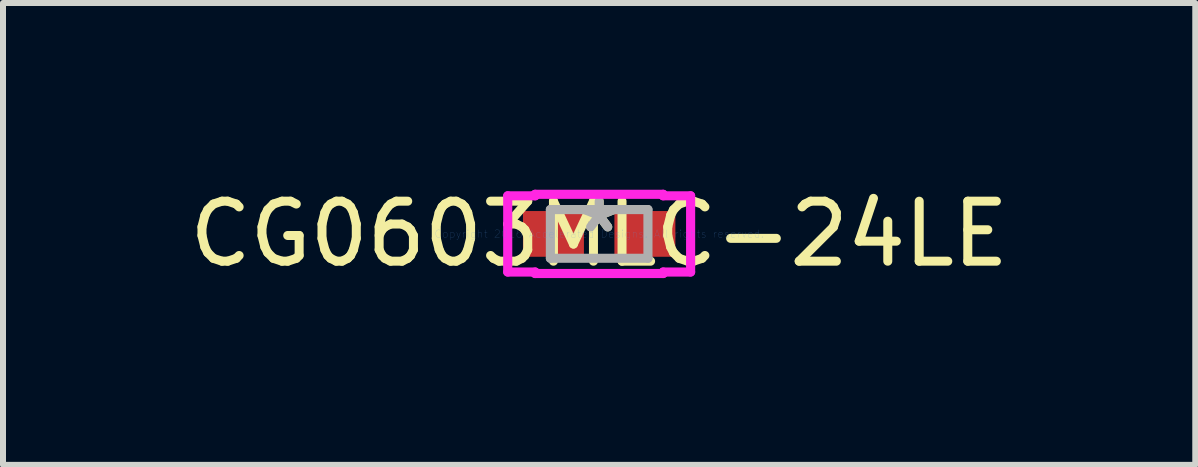
<source format=kicad_pcb>
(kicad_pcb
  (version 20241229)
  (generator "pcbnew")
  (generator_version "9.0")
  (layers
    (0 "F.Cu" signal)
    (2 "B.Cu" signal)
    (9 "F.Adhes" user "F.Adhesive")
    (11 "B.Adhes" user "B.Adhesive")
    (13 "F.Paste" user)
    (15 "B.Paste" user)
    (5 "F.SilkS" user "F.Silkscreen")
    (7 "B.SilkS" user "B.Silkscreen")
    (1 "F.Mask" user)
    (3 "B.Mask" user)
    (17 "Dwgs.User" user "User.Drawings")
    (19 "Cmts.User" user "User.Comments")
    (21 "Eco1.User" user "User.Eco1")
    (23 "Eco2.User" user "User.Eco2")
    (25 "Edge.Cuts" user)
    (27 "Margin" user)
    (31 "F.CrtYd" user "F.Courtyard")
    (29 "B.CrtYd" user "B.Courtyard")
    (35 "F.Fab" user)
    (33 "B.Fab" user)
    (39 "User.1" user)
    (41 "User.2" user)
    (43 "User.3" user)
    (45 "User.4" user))
  (footprint "CG0603MLC-24LE"
    (layer "F.Cu")
    (at 6.935 0.848)
    (property "Reference" "CG0603MLC-24LE" (at 0 0 0) (layer "F.SilkS") (effects (font (size 1 1) (thickness 0.15))))
    (attr through_hole)
    (fp_line (start -1.524 -0.635) (end -1.067 -0.635) (stroke (width 0.152) (type solid)) (layer "F.CrtYd"))
    (fp_line (start -1.524 0.635) (end -1.524 -0.635) (stroke (width 0.152) (type solid)) (layer "F.CrtYd"))
    (fp_line (start -1.067 -0.66) (end 1.067 -0.66) (stroke (width 0.152) (type solid)) (layer "F.CrtYd"))
    (fp_line (start -1.067 -0.635) (end -1.067 -0.66) (stroke (width 0.152) (type solid)) (layer "F.CrtYd"))
    (fp_line (start -1.067 0.635) (end -1.524 0.635) (stroke (width 0.152) (type solid)) (layer "F.CrtYd"))
    (fp_line (start -1.067 0.66) (end -1.067 0.635) (stroke (width 0.152) (type solid)) (layer "F.CrtYd"))
    (fp_line (start 1.067 -0.66) (end 1.067 -0.635) (stroke (width 0.152) (type solid)) (layer "F.CrtYd"))
    (fp_line (start 1.067 -0.635) (end 1.524 -0.635) (stroke (width 0.152) (type solid)) (layer "F.CrtYd"))
    (fp_line (start 1.067 0.635) (end 1.067 0.66) (stroke (width 0.152) (type solid)) (layer "F.CrtYd"))
    (fp_line (start 1.067 0.66) (end -1.067 0.66) (stroke (width 0.152) (type solid)) (layer "F.CrtYd"))
    (fp_line (start 1.524 -0.635) (end 1.524 0.635) (stroke (width 0.152) (type solid)) (layer "F.CrtYd"))
    (fp_line (start 1.524 0.635) (end 1.067 0.635) (stroke (width 0.152) (type solid)) (layer "F.CrtYd"))
    (fp_line (start -0.813 -0.406) (end -0.813 0.406) (stroke (width 0.152) (type solid)) (layer "F.Fab"))
    (fp_line (start -0.813 0.406) (end 0.813 0.406) (stroke (width 0.152) (type solid)) (layer "F.Fab"))
    (fp_line (start 0.813 -0.406) (end -0.813 -0.406) (stroke (width 0.152) (type solid)) (layer "F.Fab"))
    (fp_line (start 0.813 0.406) (end 0.813 -0.406) (stroke (width 0.152) (type solid)) (layer "F.Fab"))
    (fp_text user "*" (at 0 0 0) (layer "F.SilkS") (effects (font (size 1 1) (thickness 0.15))))
    (fp_text user "Copyright 2016 Accelerated Designs. All rights reserved." (at 0 0 0) (layer "Cmts.User") (effects (font (size 0.127 0.127) (thickness 0.002))))
    (fp_text user "*" (at 0 0 0) (layer "F.Fab") (effects (font (size 1 1) (thickness 0.15))))
    (pad "1" smd rect (at -0.762 0) (size 1.016 0.762) (layers "F.Cu" "F.Mask" "F.Paste"))
    (pad "2" smd rect (at 0.762 0) (size 1.016 0.762) (layers "F.Cu" "F.Mask" "F.Paste")))
  (gr_rect
    (start -3 -3)
    (end 16.869 4.697)
    (stroke (width 0.1) (type default))
    (fill no)
    (layer "Edge.Cuts")))
</source>
